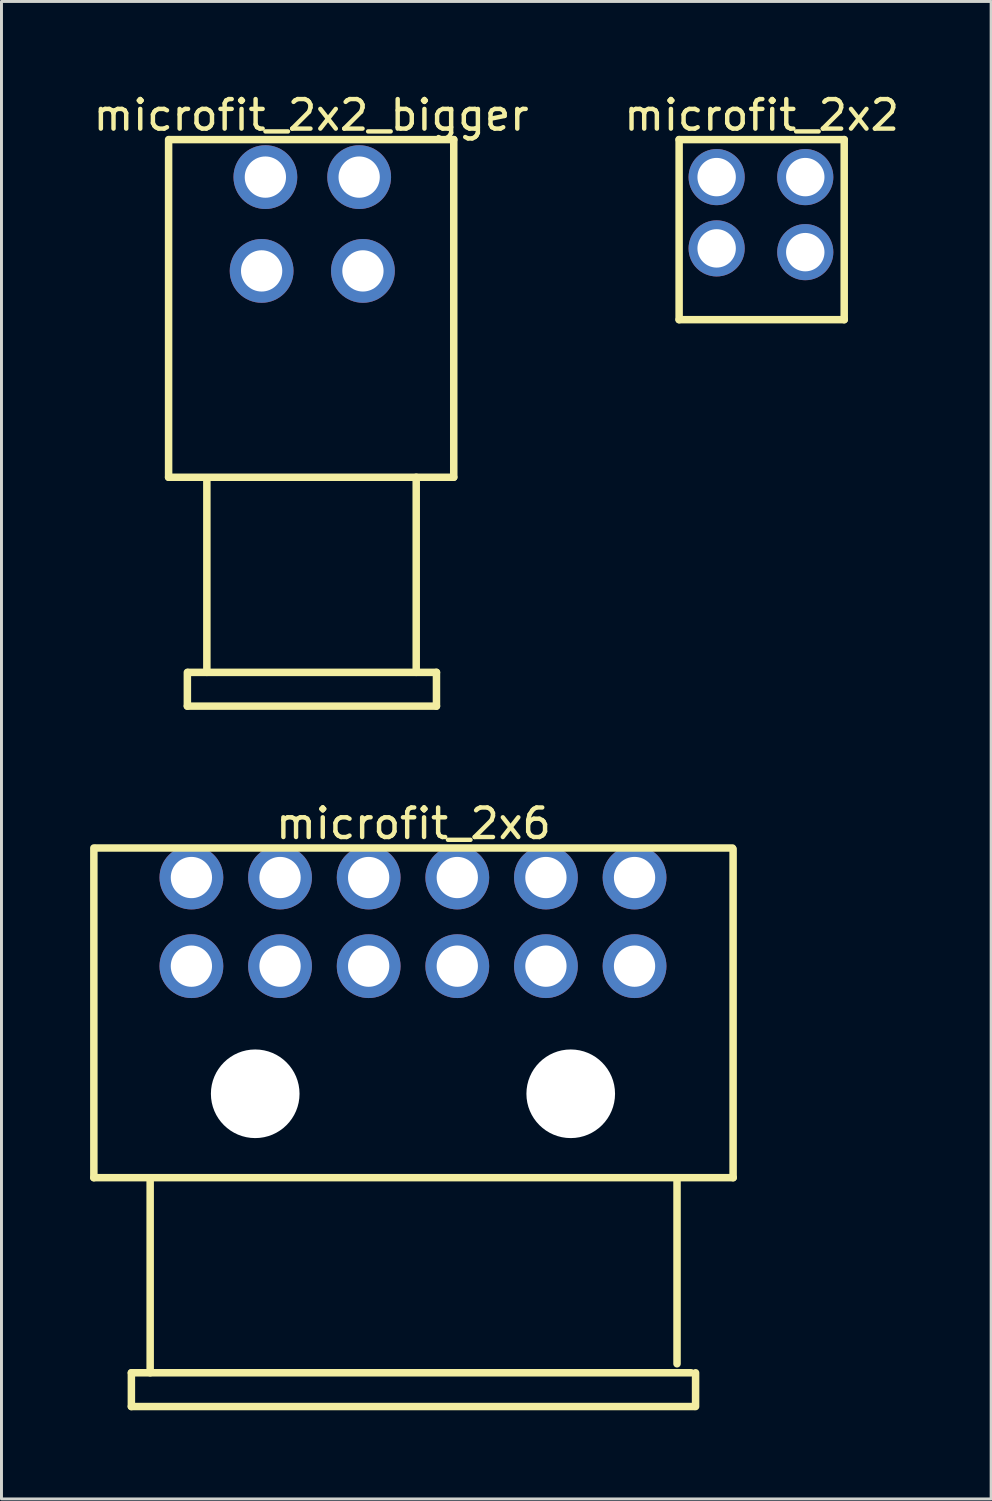
<source format=kicad_pcb>
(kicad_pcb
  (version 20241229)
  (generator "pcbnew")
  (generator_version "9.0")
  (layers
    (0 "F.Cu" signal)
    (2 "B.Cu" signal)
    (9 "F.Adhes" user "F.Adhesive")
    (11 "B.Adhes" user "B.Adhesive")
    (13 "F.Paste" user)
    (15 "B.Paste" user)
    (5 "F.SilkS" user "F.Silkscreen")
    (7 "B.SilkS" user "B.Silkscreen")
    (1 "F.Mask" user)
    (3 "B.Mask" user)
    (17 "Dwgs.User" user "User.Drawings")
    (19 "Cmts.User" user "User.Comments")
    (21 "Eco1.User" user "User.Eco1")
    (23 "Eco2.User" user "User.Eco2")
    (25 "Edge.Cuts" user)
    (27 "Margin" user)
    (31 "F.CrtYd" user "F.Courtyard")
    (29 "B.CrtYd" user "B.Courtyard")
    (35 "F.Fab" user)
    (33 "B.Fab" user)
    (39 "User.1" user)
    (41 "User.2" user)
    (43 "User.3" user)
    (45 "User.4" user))
  (footprint "microfit_2x2_bigger"
    (layer "F.Cu")
    (at 7.508 2.945)
    (property "Reference" "microfit_2x2_bigger" (at -0.025 -2.097 0) (layer "F.SilkS") (effects (font (size 1 1) (thickness 0.15))))
    (fp_line (start -4.851 10.16) (end -4.851 -1.27) (stroke (width 0.254) (type solid)) (layer "F.SilkS"))
    (fp_line (start -4.851 10.16) (end 4.801 10.16) (stroke (width 0.254) (type solid)) (layer "F.SilkS"))
    (fp_line (start -4.826 -1.27) (end 4.801 -1.27) (stroke (width 0.254) (type solid)) (layer "F.SilkS"))
    (fp_line (start -4.216 17.907) (end -4.216 16.764) (stroke (width 0.254) (type solid)) (layer "F.SilkS"))
    (fp_line (start -4.216 17.907) (end 4.216 17.907) (stroke (width 0.254) (type solid)) (layer "F.SilkS"))
    (fp_line (start -4.191 16.764) (end 4.216 16.764) (stroke (width 0.254) (type solid)) (layer "F.SilkS"))
    (fp_line (start -3.556 16.764) (end -3.556 10.287) (stroke (width 0.254) (type solid)) (layer "F.SilkS"))
    (fp_line (start 3.531 16.764) (end 3.531 10.16) (stroke (width 0.254) (type solid)) (layer "F.SilkS"))
    (fp_line (start 4.216 17.907) (end 4.216 16.764) (stroke (width 0.254) (type solid)) (layer "F.SilkS"))
    (fp_line (start 4.801 10.16) (end 4.801 -1.27) (stroke (width 0.254) (type solid)) (layer "F.SilkS"))
    (pad "1" thru_hole circle (at -1.575 0) (size 2.159 2.159) (drill 1.397) (layers "*.Cu" "*.Mask"))
    (pad "2" thru_hole circle (at -1.702 3.175) (size 2.159 2.159) (drill 1.397) (layers "*.Cu" "*.Mask"))
    (pad "3" thru_hole circle (at 1.6 0) (size 2.159 2.159) (drill 1.397) (layers "*.Cu" "*.Mask"))
    (pad "4" thru_hole circle (at 1.727 3.175) (size 2.159 2.159) (drill 1.397) (layers "*.Cu" "*.Mask")))
  (footprint "microfit_2x2"
    (layer "F.Cu")
    (at 21.208 2.945)
    (property "Reference" "microfit_2x2" (at 1.524 -2.097 0) (layer "F.SilkS") (effects (font (size 1 1) (thickness 0.15))))
    (fp_line (start -1.27 -1.27) (end 4.318 -1.27) (stroke (width 0.254) (type solid)) (layer "F.SilkS"))
    (fp_line (start -1.27 4.826) (end -1.27 -1.27) (stroke (width 0.254) (type solid)) (layer "F.SilkS"))
    (fp_line (start -1.27 4.826) (end 4.318 4.826) (stroke (width 0.254) (type solid)) (layer "F.SilkS"))
    (fp_line (start 4.318 4.826) (end 4.318 -1.27) (stroke (width 0.254) (type solid)) (layer "F.SilkS"))
    (pad "1" thru_hole circle (at 0 0) (size 1.9 1.9) (drill 1.3) (layers "*.Cu" "*.Mask"))
    (pad "2" thru_hole circle (at 0 2.413) (size 1.9 1.9) (drill 1.3) (layers "*.Cu" "*.Mask"))
    (pad "3" thru_hole circle (at 3 0) (size 1.9 1.9) (drill 1.3) (layers "*.Cu" "*.Mask"))
    (pad "4" thru_hole circle (at 3 2.54) (size 1.9 1.9) (drill 1.3) (layers "*.Cu" "*.Mask")))
  (footprint "microfit_2x6"
    (layer "F.Cu")
    (at 3.429 26.654)
    (property "Reference" "microfit_2x6" (at 7.518 -1.827 0) (layer "F.SilkS") (effects (font (size 1 1) (thickness 0.15))))
    (fp_line (start -3.302 10.16) (end -3.302 -1) (stroke (width 0.254) (type solid)) (layer "F.SilkS"))
    (fp_line (start -3.302 10.16) (end 18.339 10.16) (stroke (width 0.254) (type solid)) (layer "F.SilkS"))
    (fp_line (start -3.226 -1) (end 18.313 -1) (stroke (width 0.254) (type solid)) (layer "F.SilkS"))
    (fp_line (start -2.032 16.764) (end 16.916 16.764) (stroke (width 0.254) (type solid)) (layer "F.SilkS"))
    (fp_line (start -2.032 17.907) (end -2.032 16.764) (stroke (width 0.254) (type solid)) (layer "F.SilkS"))
    (fp_line (start -2.032 17.907) (end 17.018 17.907) (stroke (width 0.254) (type solid)) (layer "F.SilkS"))
    (fp_line (start -1.396 16.764) (end -1.396 10.287) (stroke (width 0.254) (type solid)) (layer "F.SilkS"))
    (fp_line (start 16.438 16.459) (end 16.438 10.236) (stroke (width 0.254) (type solid)) (layer "F.SilkS"))
    (fp_line (start 17.066 17.907) (end 17.066 16.764) (stroke (width 0.254) (type solid)) (layer "F.SilkS"))
    (fp_line (start 18.336 10.16) (end 18.336 -0.965) (stroke (width 0.254) (type solid)) (layer "F.SilkS"))
    (pad "" np_thru_hole circle (at 2.16 7.32) (size 3 3) (drill 3) (layers "*.Cu" "*.Mask"))
    (pad "" np_thru_hole circle (at 12.84 7.32) (size 3 3) (drill 3) (layers "*.Cu" "*.Mask"))
    (pad "1" thru_hole circle (at 0 0) (size 2.159 2.159) (drill 1.397) (layers "*.Cu" "*.Mask"))
    (pad "2" thru_hole circle (at 0 3) (size 2.159 2.159) (drill 1.397) (layers "*.Cu" "*.Mask"))
    (pad "3" thru_hole circle (at 3 0) (size 2.159 2.159) (drill 1.397) (layers "*.Cu" "*.Mask"))
    (pad "4" thru_hole circle (at 3 3) (size 2.159 2.159) (drill 1.397) (layers "*.Cu" "*.Mask"))
    (pad "5" thru_hole circle (at 6 0) (size 2.159 2.159) (drill 1.397) (layers "*.Cu" "*.Mask"))
    (pad "6" thru_hole circle (at 6 3) (size 2.159 2.159) (drill 1.397) (layers "*.Cu" "*.Mask"))
    (pad "7" thru_hole circle (at 9 0) (size 2.159 2.159) (drill 1.397) (layers "*.Cu" "*.Mask"))
    (pad "8" thru_hole circle (at 9 3) (size 2.159 2.159) (drill 1.397) (layers "*.Cu" "*.Mask"))
    (pad "9" thru_hole circle (at 12 0) (size 2.159 2.159) (drill 1.397) (layers "*.Cu" "*.Mask"))
    (pad "10" thru_hole circle (at 12 3) (size 2.159 2.159) (drill 1.397) (layers "*.Cu" "*.Mask"))
    (pad "11" thru_hole circle (at 15 0) (size 2.159 2.159) (drill 1.397) (layers "*.Cu" "*.Mask"))
    (pad "12" thru_hole circle (at 15 3) (size 2.159 2.159) (drill 1.397) (layers "*.Cu" "*.Mask")))
  (gr_rect
    (start -3 -3)
    (end 30.5 47.688)
    (stroke (width 0.1) (type default))
    (fill no)
    (layer "Edge.Cuts")))
</source>
